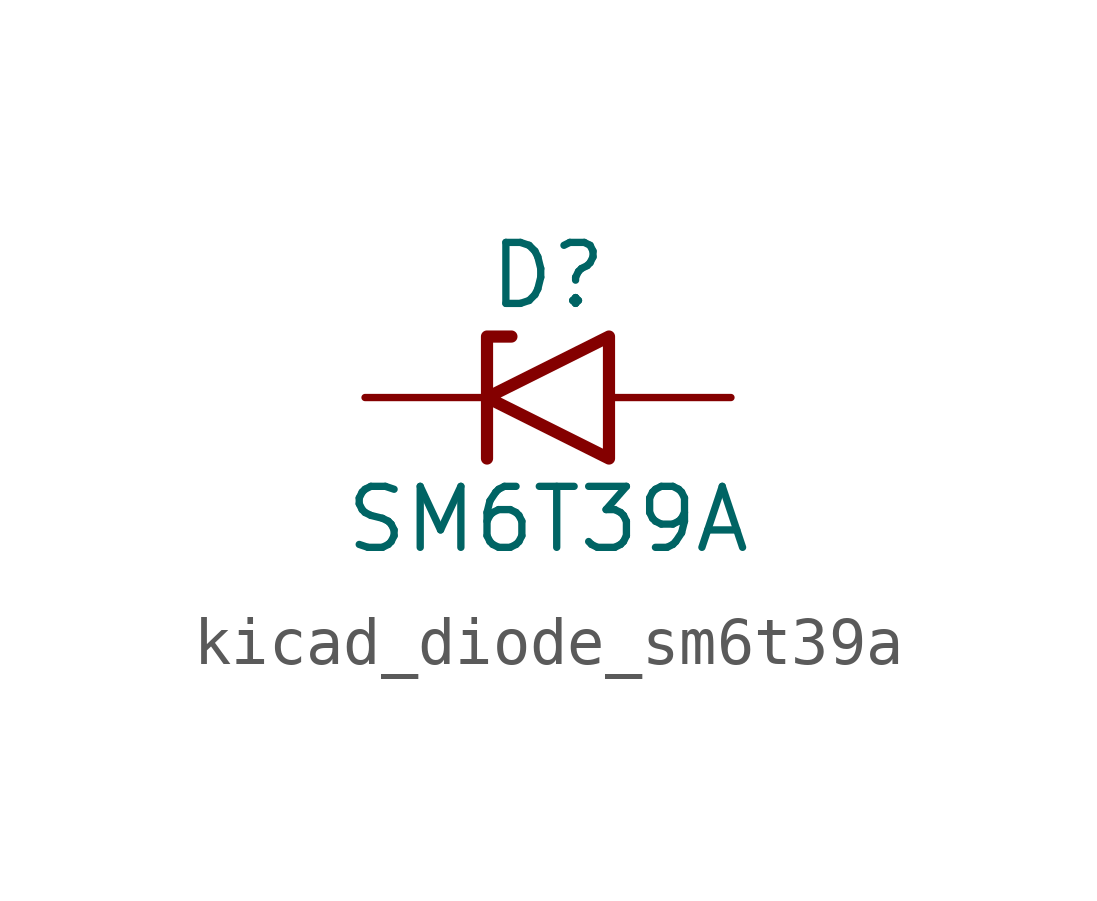
<source format=kicad_sym>
(kicad_symbol_lib
  (version 20220914)
  (generator kicad_symbol_editor)
  (symbol "kicad_diode_sm6t39a"
    (pin_numbers hide)
    (pin_names
      (offset 1.016) hide)
    (property "Reference" "D"
      (at 0 2.54 0)
      (effects (font (size 1.27 1.27))))
    (property "Value" "SM6T39A"
      (at 0 -2.54 0)
      (effects (font (size 1.27 1.27))))
    (symbol "kicad_diode_sm6t39a_0_1"
      (polyline (pts (xy -0.762 1.27) (xy -1.27 1.27) (xy -1.27 -1.27)) (stroke (width 0.254) (type default)) (fill (type none)))
      (polyline (pts (xy 1.27 1.27) (xy 1.27 -1.27) (xy -1.27 0) (xy 1.27 1.27)) (stroke (width 0.254) (type default)) (fill (type none))))
    (symbol "kicad_diode_sm6t39a_1_1"
      (pin passive line (at -3.81 0 0) (length 2.54) (name "A1" (effects (font (size 1.27 1.27)))) (number "1" (effects (font (size 1.27 1.27)))))
      (pin passive line (at 3.81 0 180) (length 2.54) (name "A2" (effects (font (size 1.27 1.27)))) (number "2" (effects (font (size 1.27 1.27))))))))
</source>
